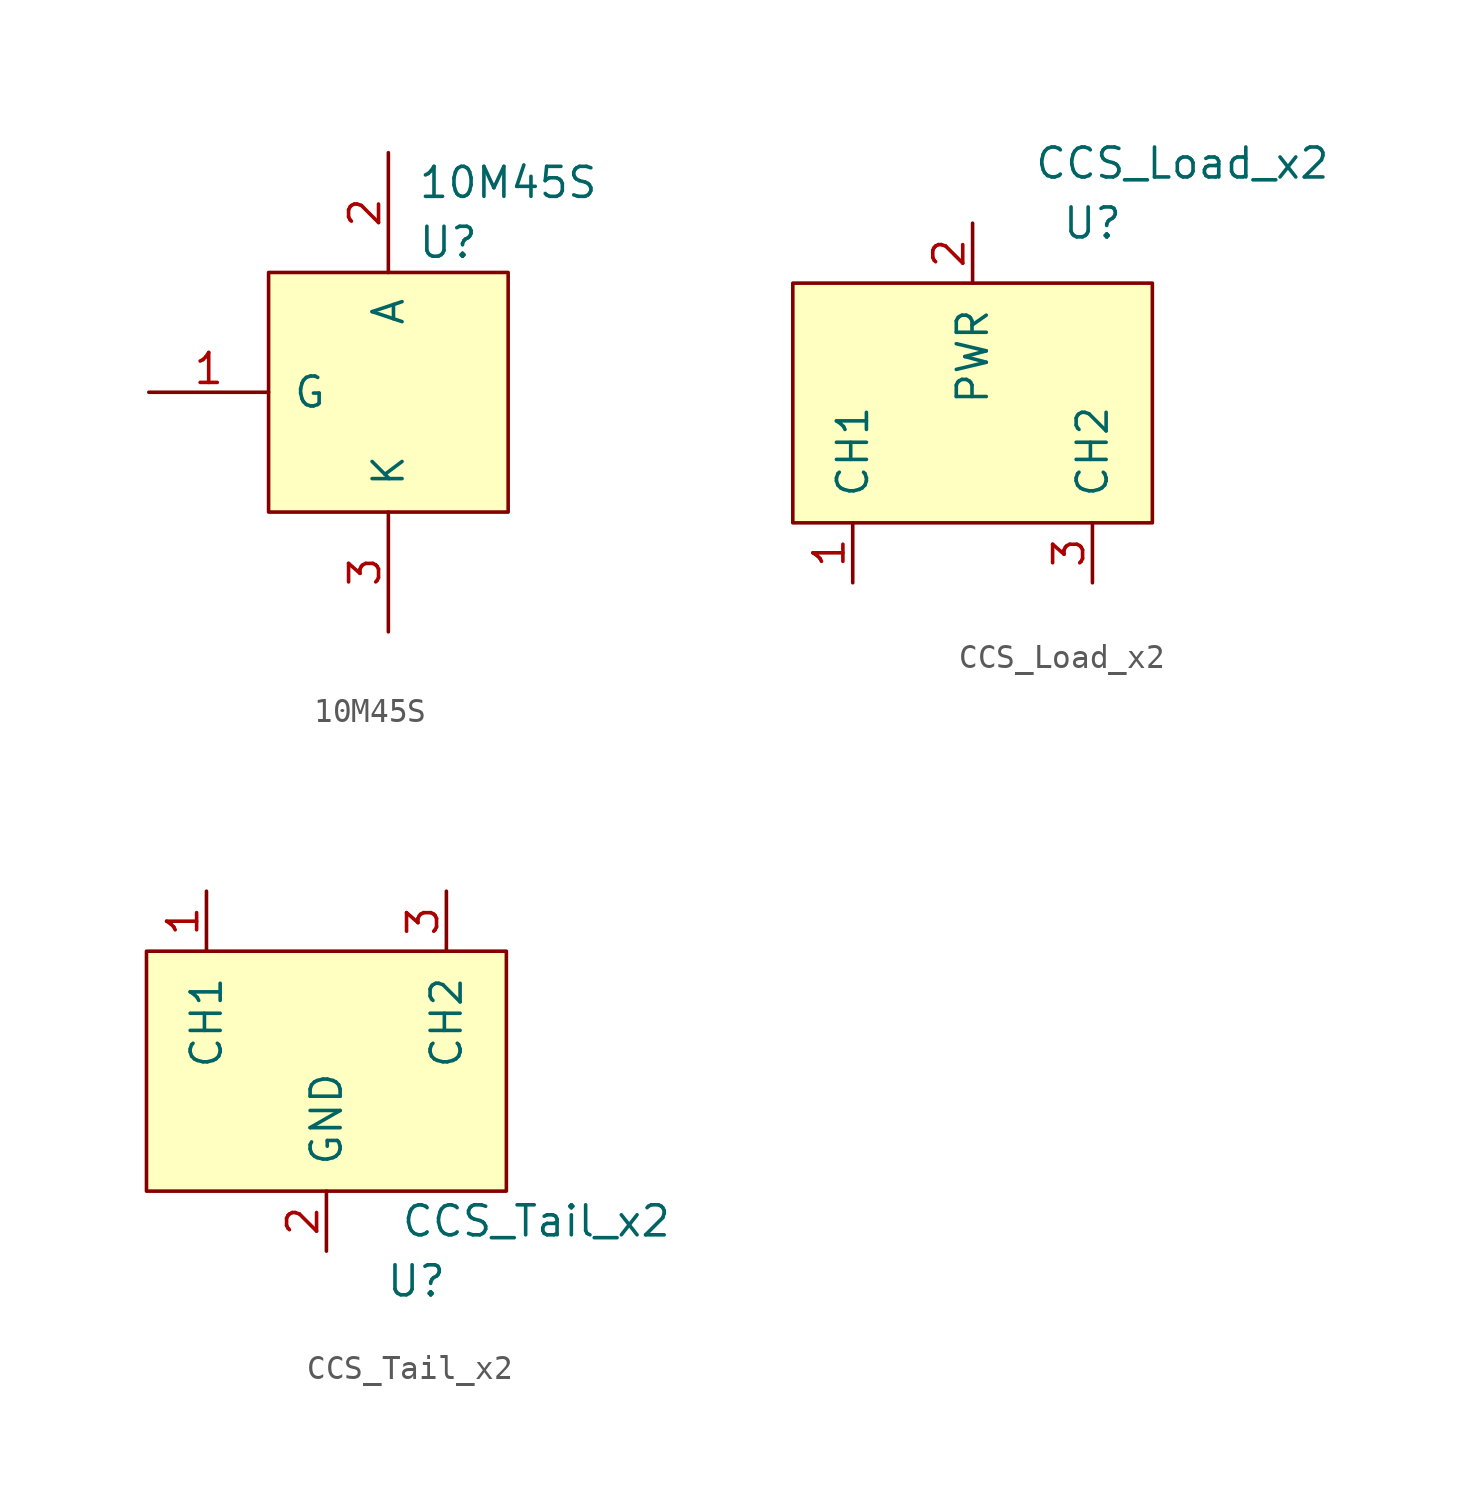
<source format=kicad_sym>
(kicad_symbol_lib
  (version 20211014)
  (generator kicad_symbol_editor)
  (symbol "10M45S"
    (pin_names
      (offset 1.016))
    (property "Reference" "U"
      (at 2.54 6.35 0)
      (effects (font (size 1.27 1.27))))
    (property "Value" "10M45S"
      (at 5.08 8.89 0)
      (effects (font (size 1.27 1.27))))
    (symbol "10M45S_0_1"
      (rectangle (start -5.08 5.08) (end 5.08 -5.08) (stroke (width 0) (type default) (color 0 0 0 0)) (fill (type background))))
    (symbol "10M45S_1_1"
      (pin input line (at -10.16 0 0) (length 5.08) (name "G" (effects (font (size 1.27 1.27)))) (number "1" (effects (font (size 1.27 1.27)))))
      (pin power_in line (at 0 10.16 270) (length 5.08) (name "A" (effects (font (size 1.27 1.27)))) (number "2" (effects (font (size 1.27 1.27)))))
      (pin output line (at 0 -10.16 90) (length 5.08) (name "K" (effects (font (size 1.27 1.27)))) (number "3" (effects (font (size 1.27 1.27)))))))
  (symbol "CCS_Load_x2"
    (pin_names
      (offset 1.016))
    (property "Reference" "U"
      (at 5.08 7.62 0)
      (effects (font (size 1.27 1.27))))
    (property "Value" "CCS_Load_x2"
      (at 8.89 10.16 0)
      (effects (font (size 1.27 1.27))))
    (symbol "CCS_Load_x2_0_1"
      (rectangle (start -7.62 -5.08) (end 7.62 5.08) (stroke (width 0) (type default) (color 0 0 0 0)) (fill (type background))))
    (symbol "CCS_Load_x2_1_1"
      (pin power_out line (at -5.08 -7.62 90) (length 2.54) (name "CH1" (effects (font (size 1.27 1.27)))) (number "1" (effects (font (size 1.27 1.27)))))
      (pin power_in line (at 0 7.62 270) (length 2.54) (name "PWR" (effects (font (size 1.27 1.27)))) (number "2" (effects (font (size 1.27 1.27)))))
      (pin power_out line (at 5.08 -7.62 90) (length 2.54) (name "CH2" (effects (font (size 1.27 1.27)))) (number "3" (effects (font (size 1.27 1.27)))))))
  (symbol "CCS_Tail_x2"
    (pin_names
      (offset 1.016))
    (property "Reference" "U"
      (at 3.81 -8.89 0)
      (effects (font (size 1.27 1.27))))
    (property "Value" "CCS_Tail_x2"
      (at 8.89 -6.35 0)
      (effects (font (size 1.27 1.27))))
    (symbol "CCS_Tail_x2_0_1"
      (rectangle (start -7.62 -5.08) (end 7.62 5.08) (stroke (width 0) (type default) (color 0 0 0 0)) (fill (type background))))
    (symbol "CCS_Tail_x2_1_1"
      (pin power_in line (at -5.08 7.62 270) (length 2.54) (name "CH1" (effects (font (size 1.27 1.27)))) (number "1" (effects (font (size 1.27 1.27)))))
      (pin power_in line (at 0 -7.62 90) (length 2.54) (name "GND" (effects (font (size 1.27 1.27)))) (number "2" (effects (font (size 1.27 1.27)))))
      (pin power_in line (at 5.08 7.62 270) (length 2.54) (name "CH2" (effects (font (size 1.27 1.27)))) (number "3" (effects (font (size 1.27 1.27))))))))
</source>
